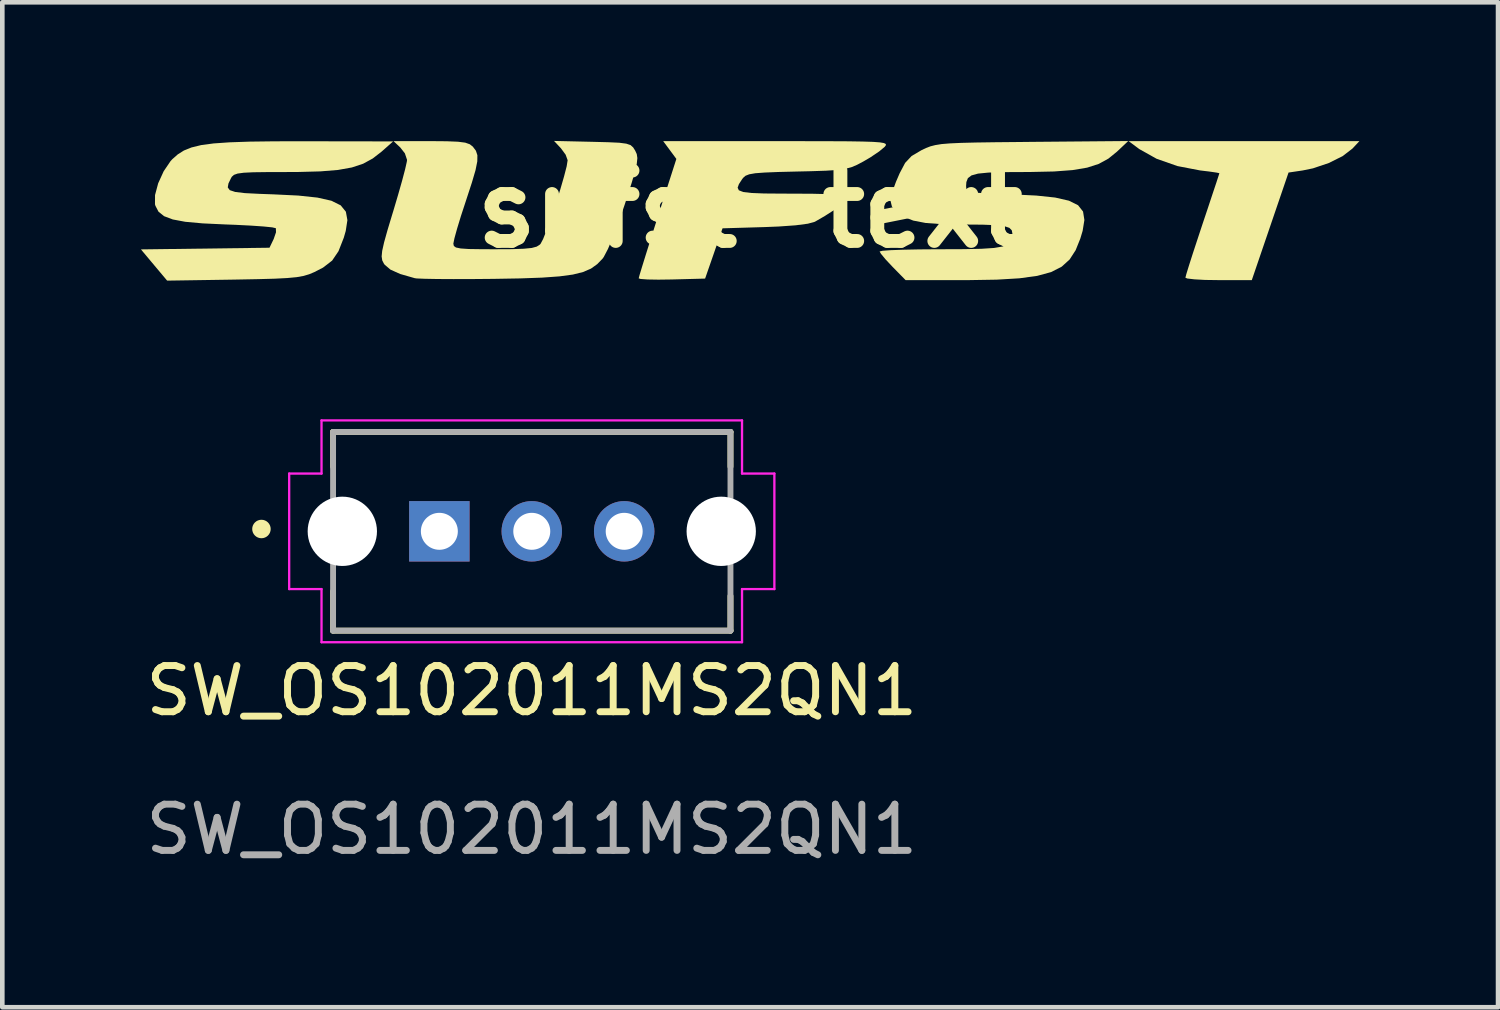
<source format=kicad_pcb>
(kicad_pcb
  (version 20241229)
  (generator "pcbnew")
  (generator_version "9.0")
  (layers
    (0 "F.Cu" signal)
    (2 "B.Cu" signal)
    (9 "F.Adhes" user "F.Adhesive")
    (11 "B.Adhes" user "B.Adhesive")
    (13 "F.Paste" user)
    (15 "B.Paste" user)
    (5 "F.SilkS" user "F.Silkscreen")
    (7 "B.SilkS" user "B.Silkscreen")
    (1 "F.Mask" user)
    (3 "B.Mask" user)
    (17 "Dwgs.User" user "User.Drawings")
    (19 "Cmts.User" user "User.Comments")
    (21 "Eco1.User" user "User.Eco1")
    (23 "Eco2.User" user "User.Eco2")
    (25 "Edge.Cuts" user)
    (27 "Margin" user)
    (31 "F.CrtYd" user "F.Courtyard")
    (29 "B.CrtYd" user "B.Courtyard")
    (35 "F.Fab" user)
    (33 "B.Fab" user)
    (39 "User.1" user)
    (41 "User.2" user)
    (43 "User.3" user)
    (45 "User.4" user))
  (footprint "sufst-text"
    (layer "F.Cu")
    (at 13.178 1.475)
    (property "Reference" "sufst-text" (at 0 0 0) (layer "F.SilkS") (effects (font (size 1.524 1.524) (thickness 0.3))))
    (attr board_only exclude_from_pos_files exclude_from_bom)
    (fp_poly (pts (xy 13.039 -1.309) (xy 12.827 -1.146) (xy 12.527 -0.997) (xy 12.186 -0.882) (xy 11.962 -0.836) (xy 11.657 -0.791) (xy 10.862 1.537) (xy 10.143 1.537) (xy 9.851 1.533) (xy 9.617 1.52) (xy 9.466 1.502) (xy 9.425 1.485) (xy 9.445 1.407) (xy 9.501 1.225) (xy 9.586 0.959) (xy 9.694 0.631) (xy 9.792 0.334) (xy 9.912 -0.024) (xy 10.015 -0.335) (xy 10.096 -0.577) (xy 10.146 -0.731) (xy 10.16 -0.777) (xy 10.099 -0.79) (xy 9.941 -0.813) (xy 9.742 -0.837) (xy 9.253 -0.931) (xy 8.802 -1.089) (xy 8.434 -1.295) (xy 8.422 -1.303) (xy 8.196 -1.471) (xy 13.191 -1.471)) (stroke (width 0) (type solid)) (fill yes) (layer "F.SilkS"))
    (fp_poly (pts (xy 1.213 -1.47) (xy 1.727 -1.469) (xy 2.133 -1.467) (xy 2.44 -1.462) (xy 2.663 -1.455) (xy 2.813 -1.444) (xy 2.901 -1.429) (xy 2.941 -1.409) (xy 2.944 -1.384) (xy 2.923 -1.354) (xy 2.917 -1.347) (xy 2.797 -1.247) (xy 2.607 -1.119) (xy 2.455 -1.03) (xy 2.319 -0.958) (xy 2.196 -0.906) (xy 2.06 -0.87) (xy 1.886 -0.846) (xy 1.648 -0.831) (xy 1.32 -0.82) (xy 1.018 -0.813) (xy 0.612 -0.803) (xy 0.319 -0.791) (xy 0.117 -0.776) (xy -0.014 -0.753) (xy -0.095 -0.721) (xy -0.147 -0.675) (xy -0.168 -0.647) (xy -0.237 -0.541) (xy -0.265 -0.463) (xy -0.239 -0.407) (xy -0.145 -0.37) (xy 0.032 -0.349) (xy 0.307 -0.338) (xy 0.692 -0.335) (xy 0.969 -0.334) (xy 1.359 -0.332) (xy 1.699 -0.324) (xy 1.967 -0.314) (xy 2.143 -0.3) (xy 2.206 -0.284) (xy 2.153 -0.223) (xy 2.018 -0.116) (xy 1.831 0.015) (xy 1.624 0.148) (xy 1.429 0.261) (xy 1.404 0.275) (xy 1.255 0.316) (xy 0.989 0.351) (xy 0.622 0.377) (xy 0.323 0.389) (xy -0.592 0.416) (xy -0.78 0.96) (xy -0.969 1.504) (xy -1.688 1.523) (xy -1.979 1.527) (xy -2.214 1.523) (xy -2.365 1.512) (xy -2.406 1.499) (xy -2.387 1.425) (xy -2.332 1.244) (xy -2.249 0.976) (xy -2.143 0.64) (xy -2.021 0.256) (xy -1.999 0.186) (xy -1.591 -1.086) (xy -1.733 -1.278) (xy -1.876 -1.471) (xy 0.577 -1.471)) (stroke (width 0) (type solid)) (fill yes) (layer "F.SilkS"))
    (fp_poly (pts (xy -7.72 -1.465) (xy -7.97 -1.244) (xy -8.162 -1.095) (xy -8.369 -0.982) (xy -8.613 -0.901) (xy -8.915 -0.847) (xy -9.297 -0.816) (xy -9.781 -0.803) (xy -10.032 -0.802) (xy -10.446 -0.801) (xy -10.747 -0.797) (xy -10.953 -0.787) (xy -11.086 -0.769) (xy -11.165 -0.741) (xy -11.21 -0.701) (xy -11.227 -0.673) (xy -11.284 -0.555) (xy -11.299 -0.469) (xy -11.256 -0.41) (xy -11.138 -0.371) (xy -10.93 -0.346) (xy -10.616 -0.33) (xy -10.31 -0.319) (xy -9.774 -0.293) (xy -9.359 -0.249) (xy -9.057 -0.181) (xy -8.855 -0.081) (xy -8.743 0.057) (xy -8.71 0.239) (xy -8.746 0.473) (xy -8.788 0.619) (xy -8.903 0.912) (xy -9.04 1.114) (xy -9.237 1.266) (xy -9.425 1.363) (xy -9.537 1.41) (xy -9.658 1.446) (xy -9.809 1.473) (xy -10.011 1.492) (xy -10.282 1.506) (xy -10.645 1.516) (xy -11.119 1.525) (xy -11.168 1.526) (xy -12.611 1.548) (xy -12.895 1.21) (xy -13.178 0.872) (xy -11.787 0.854) (xy -10.396 0.836) (xy -10.305 0.647) (xy -10.255 0.502) (xy -10.258 0.414) (xy -10.26 0.413) (xy -10.338 0.395) (xy -10.527 0.376) (xy -10.802 0.357) (xy -11.138 0.34) (xy -11.352 0.332) (xy -11.843 0.309) (xy -12.217 0.275) (xy -12.49 0.224) (xy -12.678 0.153) (xy -12.798 0.056) (xy -12.864 -0.07) (xy -12.874 -0.104) (xy -12.873 -0.304) (xy -12.805 -0.558) (xy -12.686 -0.819) (xy -12.536 -1.04) (xy -12.499 -1.08) (xy -12.381 -1.184) (xy -12.248 -1.268) (xy -12.084 -1.334) (xy -11.875 -1.385) (xy -11.606 -1.421) (xy -11.261 -1.445) (xy -10.827 -1.46) (xy -10.288 -1.467) (xy -9.663 -1.468)) (stroke (width 0) (type solid)) (fill yes) (layer "F.SilkS"))
    (fp_poly (pts (xy 7.943 -1.242) (xy 7.758 -1.092) (xy 7.55 -0.978) (xy 7.299 -0.897) (xy 6.982 -0.844) (xy 6.58 -0.814) (xy 6.072 -0.803) (xy 5.917 -0.802) (xy 5.48 -0.8) (xy 5.16 -0.79) (xy 4.938 -0.768) (xy 4.796 -0.729) (xy 4.718 -0.67) (xy 4.685 -0.585) (xy 4.679 -0.497) (xy 4.684 -0.441) (xy 4.714 -0.401) (xy 4.789 -0.373) (xy 4.927 -0.353) (xy 5.15 -0.339) (xy 5.478 -0.326) (xy 5.665 -0.319) (xy 6.197 -0.293) (xy 6.606 -0.25) (xy 6.904 -0.182) (xy 7.102 -0.084) (xy 7.21 0.053) (xy 7.239 0.236) (xy 7.201 0.471) (xy 7.151 0.638) (xy 7.05 0.889) (xy 6.92 1.09) (xy 6.748 1.246) (xy 6.519 1.363) (xy 6.218 1.445) (xy 5.831 1.498) (xy 5.342 1.527) (xy 4.738 1.537) (xy 4.612 1.537) (xy 3.37 1.537) (xy 3.089 1.251) (xy 2.939 1.091) (xy 2.837 0.968) (xy 2.807 0.917) (xy 2.871 0.902) (xy 3.048 0.889) (xy 3.319 0.879) (xy 3.663 0.872) (xy 4.061 0.869) (xy 4.139 0.869) (xy 4.634 0.867) (xy 5.01 0.859) (xy 5.284 0.841) (xy 5.473 0.809) (xy 5.59 0.762) (xy 5.654 0.694) (xy 5.679 0.603) (xy 5.682 0.537) (xy 5.668 0.46) (xy 5.616 0.406) (xy 5.506 0.369) (xy 5.319 0.348) (xy 5.038 0.337) (xy 4.642 0.334) (xy 4.617 0.334) (xy 4.154 0.326) (xy 3.802 0.3) (xy 3.537 0.249) (xy 3.335 0.171) (xy 3.175 0.061) (xy 3.16 0.047) (xy 3.074 -0.055) (xy 3.044 -0.177) (xy 3.072 -0.346) (xy 3.161 -0.589) (xy 3.241 -0.775) (xy 3.36 -1) (xy 3.5 -1.149) (xy 3.712 -1.274) (xy 3.718 -1.277) (xy 3.813 -1.322) (xy 3.906 -1.358) (xy 4.012 -1.385) (xy 4.148 -1.407) (xy 4.33 -1.422) (xy 4.573 -1.433) (xy 4.895 -1.441) (xy 5.311 -1.447) (xy 5.838 -1.452) (xy 6.116 -1.455) (xy 8.188 -1.473)) (stroke (width 0) (type solid)) (fill yes) (layer "F.SilkS"))
    (fp_poly (pts (xy -3.408 -1.456) (xy -3.063 -1.447) (xy -2.826 -1.436) (xy -2.674 -1.416) (xy -2.582 -1.385) (xy -2.526 -1.335) (xy -2.482 -1.265) (xy -2.448 -1.191) (xy -2.435 -1.105) (xy -2.447 -0.986) (xy -2.487 -0.811) (xy -2.561 -0.559) (xy -2.673 -0.208) (xy -2.706 -0.106) (xy -2.834 0.267) (xy -2.959 0.599) (xy -3.072 0.864) (xy -3.162 1.036) (xy -3.186 1.07) (xy -3.303 1.191) (xy -3.439 1.288) (xy -3.61 1.362) (xy -3.832 1.417) (xy -4.122 1.456) (xy -4.497 1.483) (xy -4.973 1.5) (xy -5.548 1.51) (xy -6 1.514) (xy -6.412 1.515) (xy -6.765 1.513) (xy -7.037 1.508) (xy -7.208 1.501) (xy -7.252 1.495) (xy -7.569 1.404) (xy -7.778 1.31) (xy -7.904 1.203) (xy -7.922 1.177) (xy -7.956 1.11) (xy -7.969 1.025) (xy -7.957 0.903) (xy -7.916 0.72) (xy -7.842 0.455) (xy -7.731 0.087) (xy -7.719 0.049) (xy -7.615 -0.302) (xy -7.526 -0.615) (xy -7.46 -0.865) (xy -7.424 -1.026) (xy -7.419 -1.065) (xy -7.466 -1.206) (xy -7.566 -1.334) (xy -7.712 -1.471) (xy -6.908 -1.471) (xy -6.558 -1.468) (xy -6.317 -1.458) (xy -6.16 -1.438) (xy -6.061 -1.403) (xy -5.996 -1.352) (xy -5.993 -1.348) (xy -5.929 -1.263) (xy -5.897 -1.166) (xy -5.899 -1.033) (xy -5.937 -0.843) (xy -6.016 -0.574) (xy -6.137 -0.204) (xy -6.149 -0.167) (xy -6.252 0.147) (xy -6.336 0.423) (xy -6.394 0.633) (xy -6.417 0.746) (xy -6.417 0.749) (xy -6.406 0.798) (xy -6.361 0.831) (xy -6.259 0.852) (xy -6.081 0.864) (xy -5.806 0.868) (xy -5.525 0.869) (xy -5.154 0.867) (xy -4.894 0.858) (xy -4.721 0.841) (xy -4.613 0.812) (xy -4.545 0.768) (xy -4.53 0.752) (xy -4.475 0.649) (xy -4.396 0.449) (xy -4.3 0.183) (xy -4.199 -0.119) (xy -4.103 -0.425) (xy -4.022 -0.705) (xy -3.965 -0.925) (xy -3.944 -1.057) (xy -3.944 -1.058) (xy -3.987 -1.177) (xy -4.09 -1.317) (xy -4.091 -1.318) (xy -4.238 -1.475)) (stroke (width 0) (type solid)) (fill yes) (layer "F.SilkS")))
  (footprint "SW_OS102011MS2QN1"
    (layer "F.Cu")
    (at 8.458 12.398)
    (property "Reference" "SW_OS102011MS2QN1" (at 0 -0.5 0) (unlocked yes) (layer "F.SilkS") (effects (font (size 1 1) (thickness 0.15))))
    (attr through_hole)
    (fp_line (start -4.3 -6.1) (end -4.3 -5.35) (stroke (width 0.127) (type solid)) (layer "F.SilkS"))
    (fp_line (start -4.3 -2.65) (end -4.3 -1.8) (stroke (width 0.127) (type solid)) (layer "F.SilkS"))
    (fp_line (start -4.3 -1.8) (end 4.3 -1.8) (stroke (width 0.127) (type solid)) (layer "F.SilkS"))
    (fp_line (start 4.3 -6.1) (end -4.3 -6.1) (stroke (width 0.127) (type solid)) (layer "F.SilkS"))
    (fp_line (start 4.3 -5.35) (end 4.3 -6.1) (stroke (width 0.127) (type solid)) (layer "F.SilkS"))
    (fp_line (start 4.3 -1.8) (end 4.3 -2.55) (stroke (width 0.127) (type solid)) (layer "F.SilkS"))
    (fp_circle (center -5.85 -4) (end -5.75 -4) (stroke (width 0.2) (type solid)) (fill no) (layer "F.SilkS"))
    (fp_line (start -5.25 -5.2) (end -4.55 -5.2) (stroke (width 0.05) (type solid)) (layer "F.CrtYd"))
    (fp_line (start -5.25 -2.7) (end -5.25 -5.2) (stroke (width 0.05) (type solid)) (layer "F.CrtYd"))
    (fp_line (start -4.55 -6.35) (end 4.55 -6.35) (stroke (width 0.05) (type solid)) (layer "F.CrtYd"))
    (fp_line (start -4.55 -5.2) (end -4.55 -6.35) (stroke (width 0.05) (type solid)) (layer "F.CrtYd"))
    (fp_line (start -4.55 -2.7) (end -5.25 -2.7) (stroke (width 0.05) (type solid)) (layer "F.CrtYd"))
    (fp_line (start -4.55 -1.55) (end -4.55 -2.7) (stroke (width 0.05) (type solid)) (layer "F.CrtYd"))
    (fp_line (start 4.55 -6.35) (end 4.55 -5.2) (stroke (width 0.05) (type solid)) (layer "F.CrtYd"))
    (fp_line (start 4.55 -5.2) (end 5.25 -5.2) (stroke (width 0.05) (type solid)) (layer "F.CrtYd"))
    (fp_line (start 4.55 -2.7) (end 4.55 -1.55) (stroke (width 0.05) (type solid)) (layer "F.CrtYd"))
    (fp_line (start 4.55 -1.55) (end -4.55 -1.55) (stroke (width 0.05) (type solid)) (layer "F.CrtYd"))
    (fp_line (start 5.25 -5.2) (end 5.25 -2.7) (stroke (width 0.05) (type solid)) (layer "F.CrtYd"))
    (fp_line (start 5.25 -2.7) (end 4.55 -2.7) (stroke (width 0.05) (type solid)) (layer "F.CrtYd"))
    (fp_line (start -4.3 -6.1) (end 4.3 -6.1) (stroke (width 0.127) (type solid)) (layer "F.Fab"))
    (fp_line (start -4.3 -1.8) (end -4.3 -6.1) (stroke (width 0.127) (type solid)) (layer "F.Fab"))
    (fp_line (start 4.3 -6.1) (end 4.3 -1.8) (stroke (width 0.127) (type solid)) (layer "F.Fab"))
    (fp_line (start 4.3 -1.8) (end -4.3 -1.8) (stroke (width 0.127) (type solid)) (layer "F.Fab"))
    (fp_circle (center -2.1 -4) (end -2 -4) (stroke (width 0.2) (type solid)) (fill no) (layer "F.Fab"))
    (fp_text user "${REFERENCE}" (at 0 2.5 0) (unlocked yes) (layer "F.Fab") (effects (font (size 1 1) (thickness 0.15))))
    (pad "" np_thru_hole circle (at -4.1 -3.95) (size 1.5 1.5) (drill 1.5) (layers "*.Cu" "*.Mask"))
    (pad "" np_thru_hole circle (at 4.1 -3.95) (size 1.5 1.5) (drill 1.5) (layers "*.Cu" "*.Mask"))
    (pad "1" thru_hole rect (at -2 -3.95) (size 1.308 1.308) (drill 0.8) (layers "*.Cu" "*.Mask"))
    (pad "2" thru_hole circle (at 0 -3.95) (size 1.308 1.308) (drill 0.8) (layers "*.Cu" "*.Mask"))
    (pad "3" thru_hole circle (at 2 -3.95) (size 1.308 1.308) (drill 0.8) (layers "*.Cu" "*.Mask")))
  (gr_rect
    (start -3 -3)
    (end 29.369 18.747)
    (stroke (width 0.1) (type default))
    (fill no)
    (layer "Edge.Cuts")))
</source>
